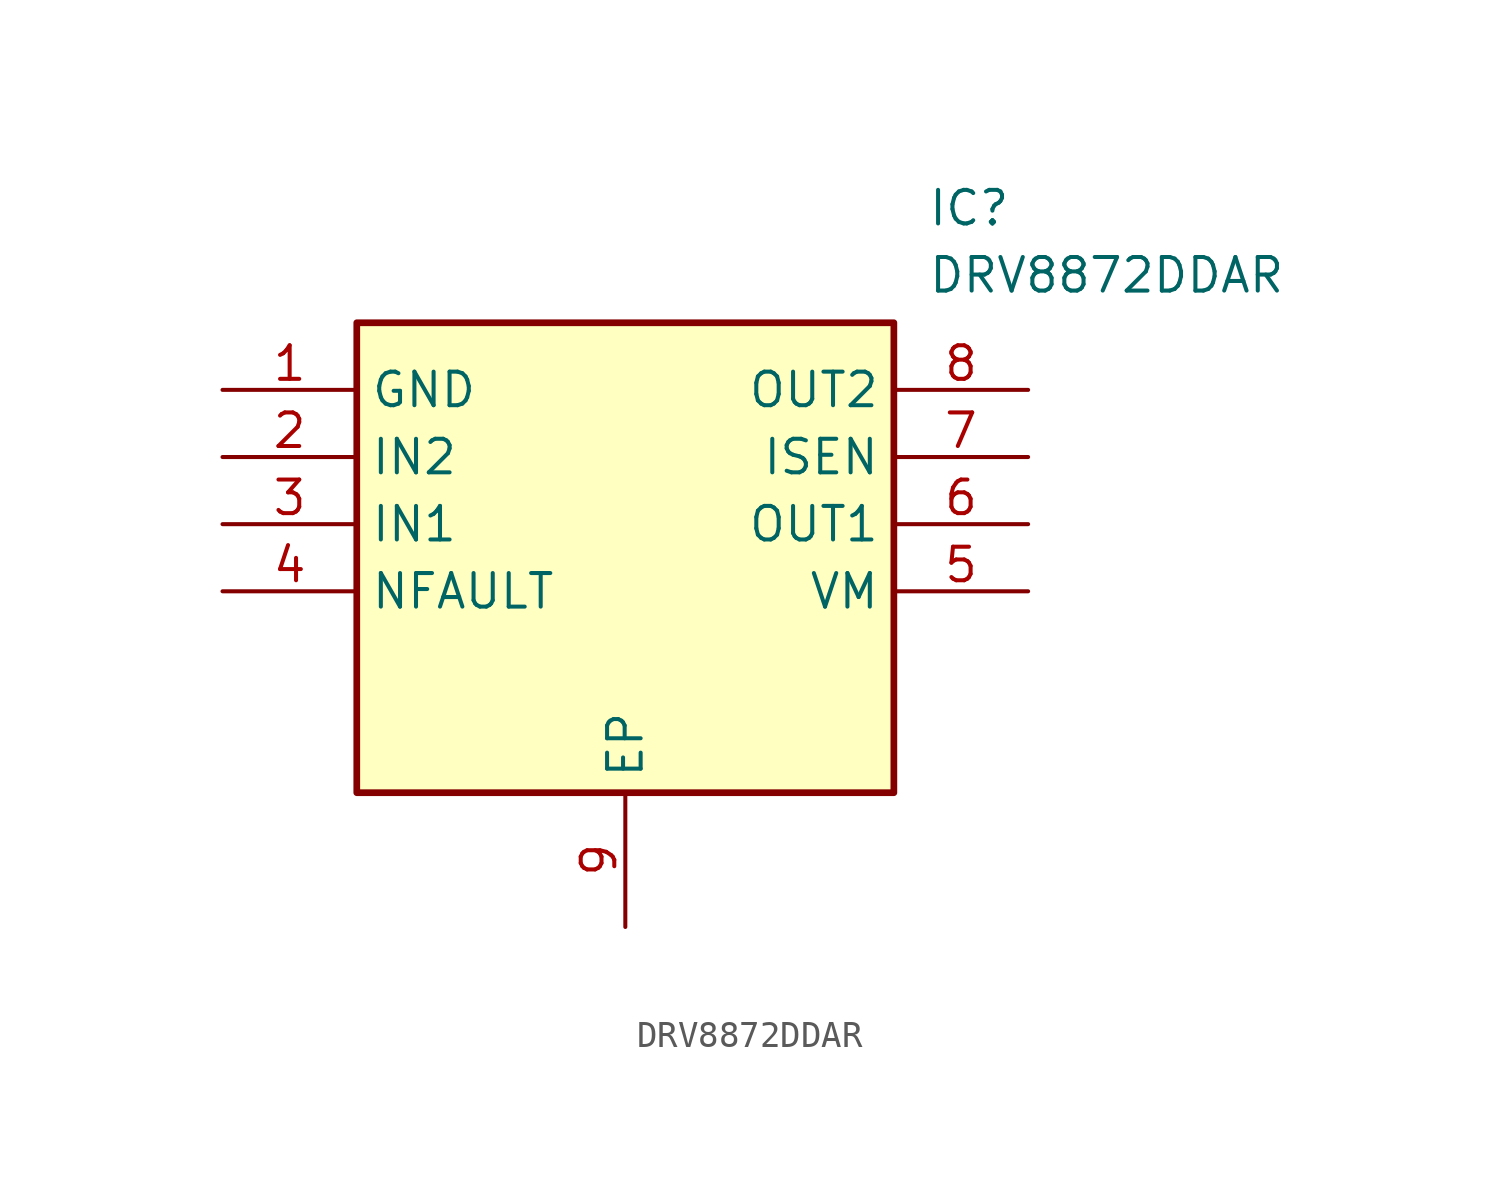
<source format=kicad_sym>
(kicad_symbol_lib
  (version 20211014)
  (generator SamacSys_ECAD_Model)
  (symbol "DRV8872DDAR"
    (property "Reference" "IC"
      (at 26.67 7.62 0)
      (effects (font (size 1.27 1.27)) (justify left top)))
    (property "Value" "DRV8872DDAR"
      (at 26.67 5.08 0)
      (effects (font (size 1.27 1.27)) (justify left top)))
    (rectangle
      (start 5.08 2.54)
      (end 25.4 -15.24)
      (stroke (width 0.254) (type default))
      (fill (type background)))
    (pin power_in line
      (at 0 0 0)
      (length 5.08)
      (name "GND" (effects (font (size 1.27 1.27))))
      (number "1" (effects (font (size 1.27 1.27)))))
    (pin input line
      (at 0 -2.54 0)
      (length 5.08)
      (name "IN2" (effects (font (size 1.27 1.27))))
      (number "2" (effects (font (size 1.27 1.27)))))
    (pin input line
      (at 0 -5.08 0)
      (length 5.08)
      (name "IN1" (effects (font (size 1.27 1.27))))
      (number "3" (effects (font (size 1.27 1.27)))))
    (pin output line
      (at 0 -7.62 0)
      (length 5.08)
      (name "NFAULT" (effects (font (size 1.27 1.27))))
      (number "4" (effects (font (size 1.27 1.27)))))
    (pin passive line
      (at 15.24 -20.32 90)
      (length 5.08)
      (name "EP" (effects (font (size 1.27 1.27))))
      (number "9" (effects (font (size 1.27 1.27)))))
    (pin output line
      (at 30.48 0 180)
      (length 5.08)
      (name "OUT2" (effects (font (size 1.27 1.27))))
      (number "8" (effects (font (size 1.27 1.27)))))
    (pin power_in line
      (at 30.48 -2.54 180)
      (length 5.08)
      (name "ISEN" (effects (font (size 1.27 1.27))))
      (number "7" (effects (font (size 1.27 1.27)))))
    (pin output line
      (at 30.48 -5.08 180)
      (length 5.08)
      (name "OUT1" (effects (font (size 1.27 1.27))))
      (number "6" (effects (font (size 1.27 1.27)))))
    (pin power_in line
      (at 30.48 -7.62 180)
      (length 5.08)
      (name "VM" (effects (font (size 1.27 1.27))))
      (number "5" (effects (font (size 1.27 1.27)))))))
</source>
